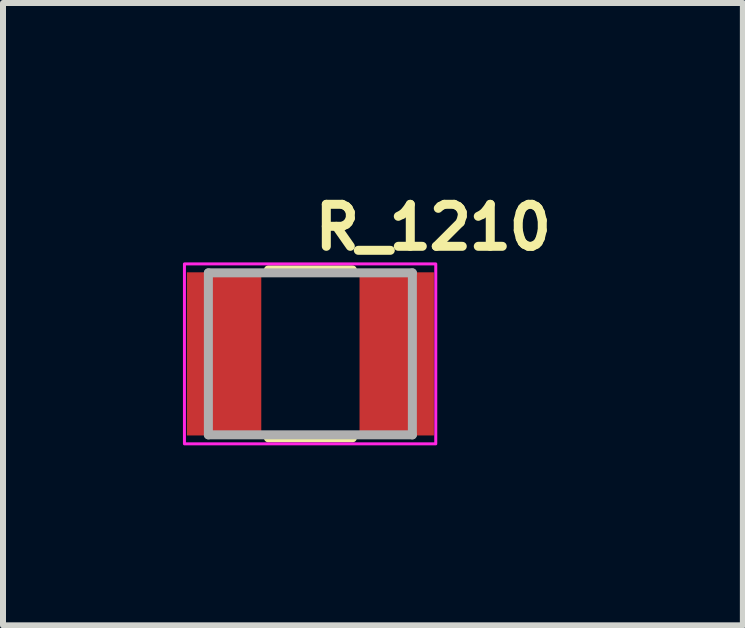
<source format=kicad_pcb>
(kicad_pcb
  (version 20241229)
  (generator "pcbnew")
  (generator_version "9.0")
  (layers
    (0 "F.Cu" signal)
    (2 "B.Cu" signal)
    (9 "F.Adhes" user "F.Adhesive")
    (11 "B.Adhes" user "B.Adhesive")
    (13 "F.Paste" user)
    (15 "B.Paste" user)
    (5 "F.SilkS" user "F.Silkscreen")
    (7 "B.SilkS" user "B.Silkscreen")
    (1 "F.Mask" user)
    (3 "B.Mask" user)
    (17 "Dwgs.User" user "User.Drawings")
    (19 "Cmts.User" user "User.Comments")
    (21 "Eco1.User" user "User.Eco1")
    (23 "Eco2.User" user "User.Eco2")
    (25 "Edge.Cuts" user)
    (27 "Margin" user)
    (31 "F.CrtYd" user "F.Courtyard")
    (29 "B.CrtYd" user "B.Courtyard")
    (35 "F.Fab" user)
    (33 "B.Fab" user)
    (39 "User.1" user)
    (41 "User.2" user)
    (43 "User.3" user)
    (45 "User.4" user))
  (footprint "R_1210"
    (layer "F.Cu")
    (at 2.125 2.85)
    (property "Reference" "R_1210" (at 0 -1.7 0) (layer "F.SilkS") (effects (font (size 0.7 0.7) (thickness 0.15)) (justify left bottom)))
    (attr smd)
    (fp_line (start -0.7 -1.4) (end 0.7 -1.4) (stroke (width 0.15) (type solid)) (layer "F.SilkS"))
    (fp_line (start -0.7 1.4) (end 0.7 1.4) (stroke (width 0.15) (type solid)) (layer "F.SilkS"))
    (fp_rect (start -2.1 -1.5) (end 2.09 1.5) (stroke (width 0.05) (type solid)) (fill no) (layer "F.CrtYd"))
    (fp_line (start -1.701 1.35) (end -1.701 -1.351) (stroke (width 0.15) (type solid)) (layer "F.Fab"))
    (fp_line (start 1.7 -1.351) (end -1.701 -1.351) (stroke (width 0.15) (type solid)) (layer "F.Fab"))
    (fp_line (start 1.7 1.35) (end -1.701 1.35) (stroke (width 0.15) (type solid)) (layer "F.Fab"))
    (fp_line (start 1.7 1.35) (end 1.7 -1.351) (stroke (width 0.15) (type solid)) (layer "F.Fab"))
    (fp_rect (start -1.6 -1.25) (end 1.6 1.25) (stroke (width 0.1) (type solid)) (fill no) (layer "User.5"))
    (fp_line (start -1.601 -1.17) (end -1.599 -1.174) (stroke (width 0.02) (type solid)) (layer "User.9"))
    (fp_line (start -1.601 1.169) (end -1.601 -1.17) (stroke (width 0.02) (type solid)) (layer "User.9"))
    (fp_line (start -1.601 1.169) (end -1.599 1.173) (stroke (width 0.02) (type solid)) (layer "User.9"))
    (fp_line (start -1.599 -1.182) (end -1.598 -1.186) (stroke (width 0.02) (type solid)) (layer "User.9"))
    (fp_line (start -1.599 -1.178) (end -1.599 -1.182) (stroke (width 0.02) (type solid)) (layer "User.9"))
    (fp_line (start -1.599 -1.174) (end -1.599 -1.178) (stroke (width 0.02) (type solid)) (layer "User.9"))
    (fp_line (start -1.599 1.173) (end -1.599 1.177) (stroke (width 0.02) (type solid)) (layer "User.9"))
    (fp_line (start -1.599 1.177) (end -1.599 1.181) (stroke (width 0.02) (type solid)) (layer "User.9"))
    (fp_line (start -1.599 1.181) (end -1.598 1.185) (stroke (width 0.02) (type solid)) (layer "User.9"))
    (fp_line (start -1.598 -1.186) (end -1.597 -1.19) (stroke (width 0.02) (type solid)) (layer "User.9"))
    (fp_line (start -1.598 1.185) (end -1.597 1.189) (stroke (width 0.02) (type solid)) (layer "User.9"))
    (fp_line (start -1.597 -1.19) (end -1.596 -1.194) (stroke (width 0.02) (type solid)) (layer "User.9"))
    (fp_line (start -1.597 1.189) (end -1.596 1.193) (stroke (width 0.02) (type solid)) (layer "User.9"))
    (fp_line (start -1.596 -1.194) (end -1.595 -1.198) (stroke (width 0.02) (type solid)) (layer "User.9"))
    (fp_line (start -1.596 1.193) (end -1.595 1.195) (stroke (width 0.02) (type solid)) (layer "User.9"))
    (fp_line (start -1.595 -1.198) (end -1.593 -1.202) (stroke (width 0.02) (type solid)) (layer "User.9"))
    (fp_line (start -1.595 1.195) (end -1.593 1.199) (stroke (width 0.02) (type solid)) (layer "User.9"))
    (fp_line (start -1.593 -1.202) (end -1.592 -1.206) (stroke (width 0.02) (type solid)) (layer "User.9"))
    (fp_line (start -1.593 1.199) (end -1.592 1.203) (stroke (width 0.02) (type solid)) (layer "User.9"))
    (fp_line (start -1.592 -1.206) (end -1.59 -1.208) (stroke (width 0.02) (type solid)) (layer "User.9"))
    (fp_line (start -1.592 1.203) (end -1.59 1.207) (stroke (width 0.02) (type solid)) (layer "User.9"))
    (fp_line (start -1.59 -1.208) (end -1.588 -1.212) (stroke (width 0.02) (type solid)) (layer "User.9"))
    (fp_line (start -1.59 1.207) (end -1.588 1.211) (stroke (width 0.02) (type solid)) (layer "User.9"))
    (fp_line (start -1.588 -1.212) (end -1.586 -1.216) (stroke (width 0.02) (type solid)) (layer "User.9"))
    (fp_line (start -1.588 1.211) (end -1.586 1.213) (stroke (width 0.02) (type solid)) (layer "User.9"))
    (fp_line (start -1.586 -1.216) (end -1.584 -1.218) (stroke (width 0.02) (type solid)) (layer "User.9"))
    (fp_line (start -1.586 1.213) (end -1.584 1.217) (stroke (width 0.02) (type solid)) (layer "User.9"))
    (fp_line (start -1.584 -1.218) (end -1.582 -1.222) (stroke (width 0.02) (type solid)) (layer "User.9"))
    (fp_line (start -1.584 1.217) (end -1.582 1.219) (stroke (width 0.02) (type solid)) (layer "User.9"))
    (fp_line (start -1.582 -1.222) (end -1.58 -1.224) (stroke (width 0.02) (type solid)) (layer "User.9"))
    (fp_line (start -1.582 1.219) (end -1.58 1.223) (stroke (width 0.02) (type solid)) (layer "User.9"))
    (fp_line (start -1.58 -1.224) (end -1.577 -1.228) (stroke (width 0.02) (type solid)) (layer "User.9"))
    (fp_line (start -1.58 1.223) (end -1.577 1.225) (stroke (width 0.02) (type solid)) (layer "User.9"))
    (fp_line (start -1.577 -1.228) (end -1.577 -1.228) (stroke (width 0.02) (type solid)) (layer "User.9"))
    (fp_line (start -1.577 -1.228) (end -1.574 -1.23) (stroke (width 0.02) (type solid)) (layer "User.9"))
    (fp_line (start -1.577 1.225) (end -1.577 1.225) (stroke (width 0.02) (type solid)) (layer "User.9"))
    (fp_line (start -1.577 1.225) (end -1.574 1.229) (stroke (width 0.02) (type solid)) (layer "User.9"))
    (fp_line (start -1.574 -1.23) (end -1.571 -1.232) (stroke (width 0.02) (type solid)) (layer "User.9"))
    (fp_line (start -1.574 1.229) (end -1.571 1.231) (stroke (width 0.02) (type solid)) (layer "User.9"))
    (fp_line (start -1.571 -1.232) (end -1.567 -1.236) (stroke (width 0.02) (type solid)) (layer "User.9"))
    (fp_line (start -1.571 1.231) (end -1.567 1.233) (stroke (width 0.02) (type solid)) (layer "User.9"))
    (fp_line (start -1.567 -1.236) (end -1.564 -1.238) (stroke (width 0.02) (type solid)) (layer "User.9"))
    (fp_line (start -1.567 1.233) (end -1.564 1.235) (stroke (width 0.02) (type solid)) (layer "User.9"))
    (fp_line (start -1.564 -1.238) (end -1.561 -1.24) (stroke (width 0.02) (type solid)) (layer "User.9"))
    (fp_line (start -1.564 1.235) (end -1.561 1.237) (stroke (width 0.02) (type solid)) (layer "User.9"))
    (fp_line (start -1.561 -1.24) (end -1.558 -1.242) (stroke (width 0.02) (type solid)) (layer "User.9"))
    (fp_line (start -1.561 1.237) (end -1.558 1.239) (stroke (width 0.02) (type solid)) (layer "User.9"))
    (fp_line (start -1.558 -1.242) (end -1.555 -1.244) (stroke (width 0.02) (type solid)) (layer "User.9"))
    (fp_line (start -1.558 1.239) (end -1.555 1.241) (stroke (width 0.02) (type solid)) (layer "User.9"))
    (fp_line (start -1.555 -1.244) (end -1.55 -1.244) (stroke (width 0.02) (type solid)) (layer "User.9"))
    (fp_line (start -1.555 1.241) (end -1.55 1.243) (stroke (width 0.02) (type solid)) (layer "User.9"))
    (fp_line (start -1.55 -1.244) (end -1.546 -1.246) (stroke (width 0.02) (type solid)) (layer "User.9"))
    (fp_line (start -1.55 1.243) (end -1.546 1.245) (stroke (width 0.02) (type solid)) (layer "User.9"))
    (fp_line (start -1.546 -1.246) (end -1.544 -1.248) (stroke (width 0.02) (type solid)) (layer "User.9"))
    (fp_line (start -1.546 1.245) (end -1.544 1.245) (stroke (width 0.02) (type solid)) (layer "User.9"))
    (fp_line (start -1.544 -1.248) (end -1.54 -1.248) (stroke (width 0.02) (type solid)) (layer "User.9"))
    (fp_line (start -1.544 1.245) (end -1.54 1.247) (stroke (width 0.02) (type solid)) (layer "User.9"))
    (fp_line (start -1.54 -1.248) (end -1.535 -1.25) (stroke (width 0.02) (type solid)) (layer "User.9"))
    (fp_line (start -1.54 1.247) (end -1.535 1.247) (stroke (width 0.02) (type solid)) (layer "User.9"))
    (fp_line (start -1.535 -1.25) (end -1.531 -1.25) (stroke (width 0.02) (type solid)) (layer "User.9"))
    (fp_line (start -1.535 1.247) (end -1.531 1.249) (stroke (width 0.02) (type solid)) (layer "User.9"))
    (fp_line (start -1.531 -1.25) (end -1.527 -1.25) (stroke (width 0.02) (type solid)) (layer "User.9"))
    (fp_line (start -1.531 1.249) (end -1.527 1.249) (stroke (width 0.02) (type solid)) (layer "User.9"))
    (fp_line (start -1.527 -1.25) (end -1.524 -1.25) (stroke (width 0.02) (type solid)) (layer "User.9"))
    (fp_line (start -1.527 1.249) (end -1.524 1.249) (stroke (width 0.02) (type solid)) (layer "User.9"))
    (fp_line (start -1.524 -1.25) (end -1.521 -1.25) (stroke (width 0.02) (type solid)) (layer "User.9"))
    (fp_line (start -1.524 1.249) (end -1.521 1.249) (stroke (width 0.02) (type solid)) (layer "User.9"))
    (fp_line (start -1.521 -1.25) (end -1.001 -1.25) (stroke (width 0.02) (type solid)) (layer "User.9"))
    (fp_line (start -1.001 -1.25) (end -1.001 -1.17) (stroke (width 0.02) (type solid)) (layer "User.9"))
    (fp_line (start -1.001 1.169) (end -1.001 -1.17) (stroke (width 0.02) (type solid)) (layer "User.9"))
    (fp_line (start -1.001 1.169) (end -1.001 1.249) (stroke (width 0.02) (type solid)) (layer "User.9"))
    (fp_line (start -1.001 1.249) (end -1.521 1.249) (stroke (width 0.02) (type solid)) (layer "User.9"))
    (fp_line (start 1 -1.25) (end 1 -1.17) (stroke (width 0.02) (type solid)) (layer "User.9"))
    (fp_line (start 1 -1.224) (end -1.001 -1.224) (stroke (width 0.02) (type solid)) (layer "User.9"))
    (fp_line (start 1 1.169) (end 1 -1.17) (stroke (width 0.02) (type solid)) (layer "User.9"))
    (fp_line (start 1 1.169) (end 1 1.249) (stroke (width 0.02) (type solid)) (layer "User.9"))
    (fp_line (start 1 1.223) (end -1.001 1.223) (stroke (width 0.02) (type solid)) (layer "User.9"))
    (fp_line (start 1 1.249) (end 1.52 1.249) (stroke (width 0.02) (type solid)) (layer "User.9"))
    (fp_line (start 1.52 -1.25) (end 1 -1.25) (stroke (width 0.02) (type solid)) (layer "User.9"))
    (fp_line (start 1.524 -1.25) (end 1.52 -1.25) (stroke (width 0.02) (type solid)) (layer "User.9"))
    (fp_line (start 1.524 1.249) (end 1.52 1.249) (stroke (width 0.02) (type solid)) (layer "User.9"))
    (fp_line (start 1.528 -1.25) (end 1.524 -1.25) (stroke (width 0.02) (type solid)) (layer "User.9"))
    (fp_line (start 1.528 1.249) (end 1.524 1.249) (stroke (width 0.02) (type solid)) (layer "User.9"))
    (fp_line (start 1.532 -1.25) (end 1.528 -1.25) (stroke (width 0.02) (type solid)) (layer "User.9"))
    (fp_line (start 1.532 1.249) (end 1.528 1.249) (stroke (width 0.02) (type solid)) (layer "User.9"))
    (fp_line (start 1.536 -1.25) (end 1.532 -1.25) (stroke (width 0.02) (type solid)) (layer "User.9"))
    (fp_line (start 1.536 1.247) (end 1.532 1.249) (stroke (width 0.02) (type solid)) (layer "User.9"))
    (fp_line (start 1.54 -1.248) (end 1.536 -1.25) (stroke (width 0.02) (type solid)) (layer "User.9"))
    (fp_line (start 1.54 1.247) (end 1.536 1.247) (stroke (width 0.02) (type solid)) (layer "User.9"))
    (fp_line (start 1.544 -1.248) (end 1.54 -1.248) (stroke (width 0.02) (type solid)) (layer "User.9"))
    (fp_line (start 1.544 1.245) (end 1.54 1.247) (stroke (width 0.02) (type solid)) (layer "User.9"))
    (fp_line (start 1.547 -1.246) (end 1.544 -1.248) (stroke (width 0.02) (type solid)) (layer "User.9"))
    (fp_line (start 1.547 1.245) (end 1.544 1.245) (stroke (width 0.02) (type solid)) (layer "User.9"))
    (fp_line (start 1.551 -1.244) (end 1.547 -1.246) (stroke (width 0.02) (type solid)) (layer "User.9"))
    (fp_line (start 1.551 1.243) (end 1.547 1.245) (stroke (width 0.02) (type solid)) (layer "User.9"))
    (fp_line (start 1.555 -1.244) (end 1.551 -1.244) (stroke (width 0.02) (type solid)) (layer "User.9"))
    (fp_line (start 1.555 1.241) (end 1.551 1.243) (stroke (width 0.02) (type solid)) (layer "User.9"))
    (fp_line (start 1.557 -1.242) (end 1.555 -1.244) (stroke (width 0.02) (type solid)) (layer "User.9"))
    (fp_line (start 1.557 1.239) (end 1.555 1.241) (stroke (width 0.02) (type solid)) (layer "User.9"))
    (fp_line (start 1.561 -1.24) (end 1.557 -1.242) (stroke (width 0.02) (type solid)) (layer "User.9"))
    (fp_line (start 1.561 1.237) (end 1.557 1.239) (stroke (width 0.02) (type solid)) (layer "User.9"))
    (fp_line (start 1.564 -1.238) (end 1.561 -1.24) (stroke (width 0.02) (type solid)) (layer "User.9"))
    (fp_line (start 1.564 1.235) (end 1.561 1.237) (stroke (width 0.02) (type solid)) (layer "User.9"))
    (fp_line (start 1.568 -1.236) (end 1.564 -1.238) (stroke (width 0.02) (type solid)) (layer "User.9"))
    (fp_line (start 1.568 1.233) (end 1.564 1.235) (stroke (width 0.02) (type solid)) (layer "User.9"))
    (fp_line (start 1.571 -1.232) (end 1.568 -1.236) (stroke (width 0.02) (type solid)) (layer "User.9"))
    (fp_line (start 1.571 1.231) (end 1.568 1.233) (stroke (width 0.02) (type solid)) (layer "User.9"))
    (fp_line (start 1.573 -1.23) (end 1.571 -1.232) (stroke (width 0.02) (type solid)) (layer "User.9"))
    (fp_line (start 1.573 1.229) (end 1.571 1.231) (stroke (width 0.02) (type solid)) (layer "User.9"))
    (fp_line (start 1.576 -1.228) (end 1.573 -1.23) (stroke (width 0.02) (type solid)) (layer "User.9"))
    (fp_line (start 1.576 -1.228) (end 1.576 -1.228) (stroke (width 0.02) (type solid)) (layer "User.9"))
    (fp_line (start 1.576 1.225) (end 1.573 1.229) (stroke (width 0.02) (type solid)) (layer "User.9"))
    (fp_line (start 1.576 1.225) (end 1.576 1.225) (stroke (width 0.02) (type solid)) (layer "User.9"))
    (fp_line (start 1.58 -1.224) (end 1.576 -1.228) (stroke (width 0.02) (type solid)) (layer "User.9"))
    (fp_line (start 1.58 1.223) (end 1.576 1.225) (stroke (width 0.02) (type solid)) (layer "User.9"))
    (fp_line (start 1.581 -1.222) (end 1.58 -1.224) (stroke (width 0.02) (type solid)) (layer "User.9"))
    (fp_line (start 1.581 1.219) (end 1.58 1.223) (stroke (width 0.02) (type solid)) (layer "User.9"))
    (fp_line (start 1.584 -1.218) (end 1.581 -1.222) (stroke (width 0.02) (type solid)) (layer "User.9"))
    (fp_line (start 1.584 1.217) (end 1.581 1.219) (stroke (width 0.02) (type solid)) (layer "User.9"))
    (fp_line (start 1.587 -1.216) (end 1.584 -1.218) (stroke (width 0.02) (type solid)) (layer "User.9"))
    (fp_line (start 1.587 1.213) (end 1.584 1.217) (stroke (width 0.02) (type solid)) (layer "User.9"))
    (fp_line (start 1.588 -1.212) (end 1.587 -1.216) (stroke (width 0.02) (type solid)) (layer "User.9"))
    (fp_line (start 1.588 1.211) (end 1.587 1.213) (stroke (width 0.02) (type solid)) (layer "User.9"))
    (fp_line (start 1.591 -1.208) (end 1.588 -1.212) (stroke (width 0.02) (type solid)) (layer "User.9"))
    (fp_line (start 1.591 1.207) (end 1.588 1.211) (stroke (width 0.02) (type solid)) (layer "User.9"))
    (fp_line (start 1.592 -1.206) (end 1.591 -1.208) (stroke (width 0.02) (type solid)) (layer "User.9"))
    (fp_line (start 1.592 1.203) (end 1.591 1.207) (stroke (width 0.02) (type solid)) (layer "User.9"))
    (fp_line (start 1.593 -1.202) (end 1.592 -1.206) (stroke (width 0.02) (type solid)) (layer "User.9"))
    (fp_line (start 1.593 1.199) (end 1.592 1.203) (stroke (width 0.02) (type solid)) (layer "User.9"))
    (fp_line (start 1.596 -1.198) (end 1.593 -1.202) (stroke (width 0.02) (type solid)) (layer "User.9"))
    (fp_line (start 1.596 -1.194) (end 1.596 -1.198) (stroke (width 0.02) (type solid)) (layer "User.9"))
    (fp_line (start 1.596 1.193) (end 1.596 1.195) (stroke (width 0.02) (type solid)) (layer "User.9"))
    (fp_line (start 1.596 1.195) (end 1.593 1.199) (stroke (width 0.02) (type solid)) (layer "User.9"))
    (fp_line (start 1.597 -1.19) (end 1.596 -1.194) (stroke (width 0.02) (type solid)) (layer "User.9"))
    (fp_line (start 1.597 1.189) (end 1.596 1.193) (stroke (width 0.02) (type solid)) (layer "User.9"))
    (fp_line (start 1.599 -1.186) (end 1.597 -1.19) (stroke (width 0.02) (type solid)) (layer "User.9"))
    (fp_line (start 1.599 1.185) (end 1.597 1.189) (stroke (width 0.02) (type solid)) (layer "User.9"))
    (fp_line (start 1.6 -1.182) (end 1.599 -1.186) (stroke (width 0.02) (type solid)) (layer "User.9"))
    (fp_line (start 1.6 -1.178) (end 1.6 -1.182) (stroke (width 0.02) (type solid)) (layer "User.9"))
    (fp_line (start 1.6 -1.174) (end 1.6 -1.178) (stroke (width 0.02) (type solid)) (layer "User.9"))
    (fp_line (start 1.6 -1.17) (end 1.6 -1.174) (stroke (width 0.02) (type solid)) (layer "User.9"))
    (fp_line (start 1.6 1.169) (end 1.6 -1.17) (stroke (width 0.02) (type solid)) (layer "User.9"))
    (fp_line (start 1.6 1.169) (end 1.6 1.173) (stroke (width 0.02) (type solid)) (layer "User.9"))
    (fp_line (start 1.6 1.173) (end 1.6 1.177) (stroke (width 0.02) (type solid)) (layer "User.9"))
    (fp_line (start 1.6 1.177) (end 1.6 1.181) (stroke (width 0.02) (type solid)) (layer "User.9"))
    (fp_line (start 1.6 1.181) (end 1.599 1.185) (stroke (width 0.02) (type solid)) (layer "User.9"))
    (pad "1" smd rect (at -1.439 0) (size 1.24 2.72) (layers "F.Cu" "F.Mask" "F.Paste"))
    (pad "2" smd rect (at 1.439 0) (size 1.24 2.72) (layers "F.Cu" "F.Mask" "F.Paste")))
  (gr_rect
    (start -3 -3)
    (end 9.335 7.375)
    (stroke (width 0.1) (type default))
    (fill no)
    (layer "Edge.Cuts")))
</source>
